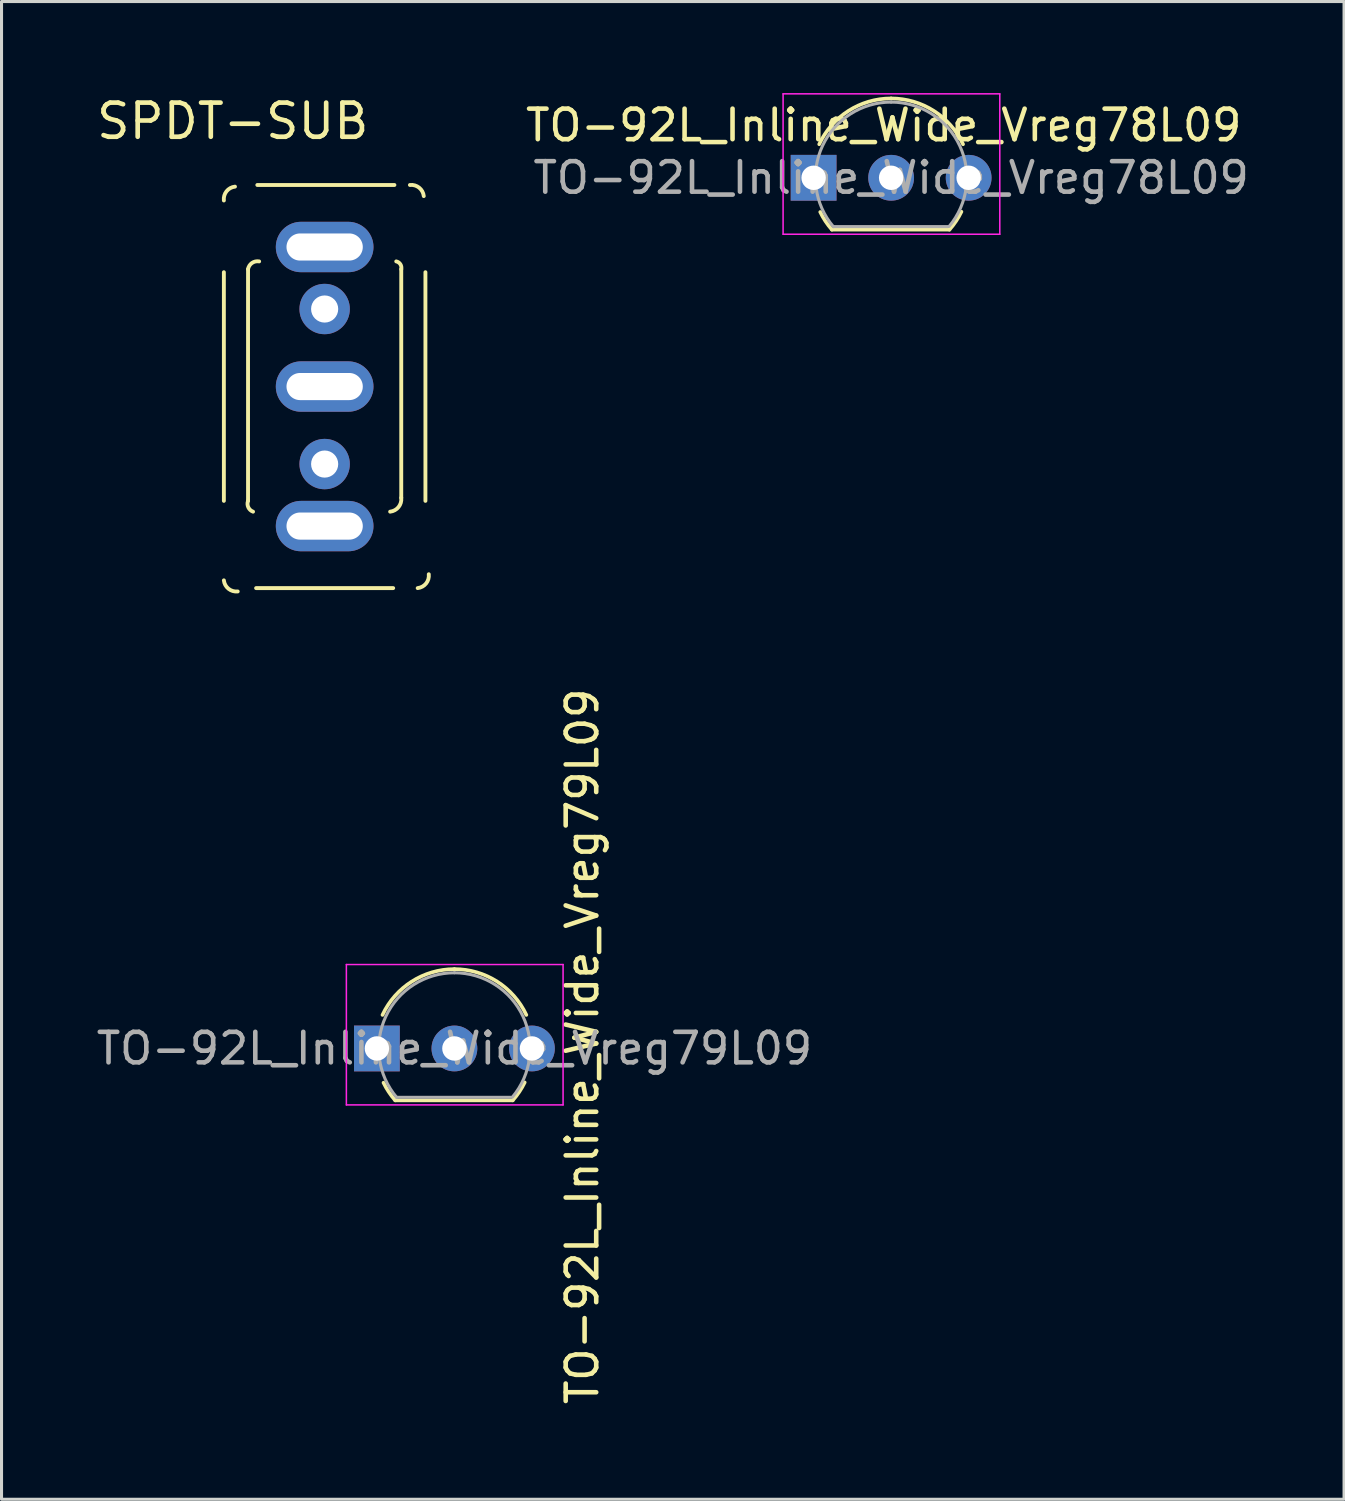
<source format=kicad_pcb>
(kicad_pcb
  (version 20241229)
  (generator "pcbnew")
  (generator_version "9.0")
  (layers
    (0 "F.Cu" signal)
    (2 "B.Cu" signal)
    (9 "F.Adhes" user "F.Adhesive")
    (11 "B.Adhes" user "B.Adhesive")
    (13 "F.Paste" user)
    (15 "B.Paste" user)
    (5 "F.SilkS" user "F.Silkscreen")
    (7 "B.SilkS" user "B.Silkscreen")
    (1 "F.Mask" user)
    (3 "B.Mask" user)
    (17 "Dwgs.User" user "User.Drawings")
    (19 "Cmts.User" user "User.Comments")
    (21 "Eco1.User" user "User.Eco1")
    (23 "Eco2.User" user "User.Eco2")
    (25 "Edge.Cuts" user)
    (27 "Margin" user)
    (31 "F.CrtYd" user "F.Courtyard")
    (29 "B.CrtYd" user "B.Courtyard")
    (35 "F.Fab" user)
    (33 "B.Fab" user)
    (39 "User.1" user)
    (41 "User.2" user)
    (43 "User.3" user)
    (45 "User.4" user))
  (footprint "SPDT-SUB"
    (layer "F.Cu")
    (at 7.587 9.615)
    (property "Reference" "SPDT-SUB" (at 1.534 -8.04 0) (layer "F.SilkS") (effects (font (size 1.118 1.118) (thickness 0.152)) (justify right bottom)))
    (fp_line (start -3.302 -3.746) (end -3.302 3.746) (stroke (width 0.127) (type solid)) (layer "F.SilkS"))
    (fp_line (start -2.51 3.746) (end -2.51 -3.846) (stroke (width 0.127) (type solid)) (layer "F.SilkS"))
    (fp_line (start -2.206 -6.604) (end 2.286 -6.604) (stroke (width 0.127) (type solid)) (layer "F.SilkS"))
    (fp_line (start 2.246 6.604) (end -2.246 6.604) (stroke (width 0.127) (type solid)) (layer "F.SilkS"))
    (fp_line (start 2.51 -3.846) (end 2.51 3.646) (stroke (width 0.127) (type solid)) (layer "F.SilkS"))
    (fp_line (start 3.302 -3.746) (end 3.302 3.746) (stroke (width 0.127) (type solid)) (layer "F.SilkS"))
    (fp_arc (start -3.302 -6.096) (mid -3.214026 -6.398387) (end -2.938 -6.55) (stroke (width 0.127) (type solid)) (layer "F.SilkS"))
    (fp_arc (start -2.848 6.714) (mid -3.150387 6.626026) (end -3.302 6.35) (stroke (width 0.127) (type solid)) (layer "F.SilkS"))
    (fp_arc (start -2.51 -3.846) (mid -2.380625 -4.048417) (end -2.145999 -4.100001) (stroke (width 0.127) (type solid)) (layer "F.SilkS"))
    (fp_arc (start -2.346 4.1) (mid -2.501345 3.956979) (end -2.51 3.746) (stroke (width 0.127) (type solid)) (layer "F.SilkS"))
    (fp_arc (start 2.346 -4.1) (mid 2.480605 -4.006966) (end 2.51 -3.846) (stroke (width 0.127) (type solid)) (layer "F.SilkS"))
    (fp_arc (start 2.51 3.646) (mid 2.422026 3.948387) (end 2.146 4.1) (stroke (width 0.127) (type solid)) (layer "F.SilkS"))
    (fp_arc (start 2.794 -6.604) (mid 3.096387 -6.516026) (end 3.248 -6.24) (stroke (width 0.127) (type solid)) (layer "F.SilkS"))
    (fp_arc (start 3.412 6.15) (mid 3.324026 6.452387) (end 3.048 6.604) (stroke (width 0.127) (type solid)) (layer "F.SilkS"))
    (pad "P$1" thru_hole oval (at 0 -4.572 180) (size 3.2 1.651) (drill oval 2.5 0.889) (layers "*.Cu" "*.Mask"))
    (pad "P$1" thru_hole circle (at 0 -2.54 180) (size 1.651 1.651) (drill 0.889) (layers "*.Cu" "*.Mask"))
    (pad "P$2" thru_hole oval (at 0 0 180) (size 3.2 1.651) (drill oval 2.5 0.889) (layers "*.Cu" "*.Mask"))
    (pad "P$3" thru_hole circle (at 0 2.54 180) (size 1.651 1.651) (drill 0.889) (layers "*.Cu" "*.Mask"))
    (pad "P$3" thru_hole oval (at 0 4.572 180) (size 3.2 1.651) (drill oval 2.5 0.889) (layers "*.Cu" "*.Mask")))
  (footprint "TO-92L_Inline_Wide_Vreg78L09"
    (layer "F.Cu")
    (at 23.608 2.775)
    (property "Reference" "TO-92L_Inline_Wide_Vreg78L09" (at 2.296 -1.72 180) (layer "F.SilkS") (effects (font (size 1 1) (thickness 0.15))))
    (attr through_hole)
    (fp_line (start 0.6 1.7) (end 4.45 1.7) (stroke (width 0.12) (type solid)) (layer "F.SilkS"))
    (fp_arc (start 0.1836 -1.098807) (mid 1.143021 -2.192817) (end 2.54 -2.6) (stroke (width 0.12) (type solid)) (layer "F.SilkS"))
    (fp_arc (start 0.6 1.7) (mid 0.389183 1.423933) (end 0.217369 1.122045) (stroke (width 0.12) (type solid)) (layer "F.SilkS"))
    (fp_arc (start 2.54 -2.6) (mid 3.936979 -2.192818) (end 4.8964 -1.098807) (stroke (width 0.12) (type solid)) (layer "F.SilkS"))
    (fp_arc (start 4.842383 1.112264) (mid 4.666594 1.419753) (end 4.45 1.7) (stroke (width 0.12) (type solid)) (layer "F.SilkS"))
    (fp_line (start -1 -2.75) (end -1 1.85) (stroke (width 0.05) (type solid)) (layer "F.CrtYd"))
    (fp_line (start -1 -2.75) (end 6.1 -2.75) (stroke (width 0.05) (type solid)) (layer "F.CrtYd"))
    (fp_line (start 6.1 1.85) (end -1 1.85) (stroke (width 0.05) (type solid)) (layer "F.CrtYd"))
    (fp_line (start 6.1 1.85) (end 6.1 -2.75) (stroke (width 0.05) (type solid)) (layer "F.CrtYd"))
    (fp_line (start 0.65 1.6) (end 4.4 1.6) (stroke (width 0.1) (type solid)) (layer "F.Fab"))
    (fp_arc (start 0.647182 1.602385) (mid 0.290076 -1.043188) (end 2.54 -2.48) (stroke (width 0.1) (type solid)) (layer "F.Fab"))
    (fp_arc (start 2.54 -2.48) (mid 4.787211 -1.049019) (end 4.441103 1.592547) (stroke (width 0.1) (type solid)) (layer "F.Fab"))
    (fp_text user "${REFERENCE}" (at 2.54 0 180) (layer "F.Fab") (effects (font (size 1 1) (thickness 0.15))))
    (pad "GND" thru_hole circle (at 2.54 0) (size 1.5 1.5) (drill 0.8) (layers "*.Cu" "*.Mask"))
    (pad "IN" thru_hole circle (at 5.08 0) (size 1.5 1.5) (drill 0.8) (layers "*.Cu" "*.Mask"))
    (pad "OUT" thru_hole rect (at 0 0) (size 1.5 1.5) (drill 0.8) (layers "*.Cu" "*.Mask")))
  (footprint "TO-92L_Inline_Wide_Vreg79L09"
    (layer "F.Cu")
    (at 9.299 31.303)
    (property "Reference" "TO-92L_Inline_Wide_Vreg79L09" (at 6.731 -0.069 270) (layer "F.SilkS") (effects (font (size 1 1) (thickness 0.15))))
    (attr through_hole)
    (fp_line (start 0.6 1.7) (end 4.45 1.7) (stroke (width 0.12) (type solid)) (layer "F.SilkS"))
    (fp_arc (start 0.1836 -1.098807) (mid 1.143021 -2.192817) (end 2.54 -2.6) (stroke (width 0.12) (type solid)) (layer "F.SilkS"))
    (fp_arc (start 0.6 1.7) (mid 0.389183 1.423933) (end 0.217369 1.122045) (stroke (width 0.12) (type solid)) (layer "F.SilkS"))
    (fp_arc (start 2.54 -2.6) (mid 3.936979 -2.192818) (end 4.8964 -1.098807) (stroke (width 0.12) (type solid)) (layer "F.SilkS"))
    (fp_arc (start 4.842383 1.112264) (mid 4.666594 1.419753) (end 4.45 1.7) (stroke (width 0.12) (type solid)) (layer "F.SilkS"))
    (fp_line (start -1 -2.75) (end -1 1.85) (stroke (width 0.05) (type solid)) (layer "F.CrtYd"))
    (fp_line (start -1 -2.75) (end 6.1 -2.75) (stroke (width 0.05) (type solid)) (layer "F.CrtYd"))
    (fp_line (start 6.1 1.85) (end -1 1.85) (stroke (width 0.05) (type solid)) (layer "F.CrtYd"))
    (fp_line (start 6.1 1.85) (end 6.1 -2.75) (stroke (width 0.05) (type solid)) (layer "F.CrtYd"))
    (fp_line (start 0.65 1.6) (end 4.4 1.6) (stroke (width 0.1) (type solid)) (layer "F.Fab"))
    (fp_arc (start 0.647182 1.602385) (mid 0.290076 -1.043188) (end 2.54 -2.48) (stroke (width 0.1) (type solid)) (layer "F.Fab"))
    (fp_arc (start 2.54 -2.48) (mid 4.787211 -1.049019) (end 4.441103 1.592547) (stroke (width 0.1) (type solid)) (layer "F.Fab"))
    (fp_text user "${REFERENCE}" (at 2.54 0 180) (layer "F.Fab") (effects (font (size 1 1) (thickness 0.15))))
    (pad "GND" thru_hole rect (at 0 0) (size 1.5 1.5) (drill 0.8) (layers "*.Cu" "*.Mask"))
    (pad "IN" thru_hole circle (at 2.54 0) (size 1.5 1.5) (drill 0.8) (layers "*.Cu" "*.Mask"))
    (pad "OUT" thru_hole circle (at 5.08 0) (size 1.5 1.5) (drill 0.8) (layers "*.Cu" "*.Mask")))
  (gr_rect
    (start -3 -3)
    (end 40.988 46.073)
    (stroke (width 0.1) (type default))
    (fill no)
    (layer "Edge.Cuts")))
</source>
